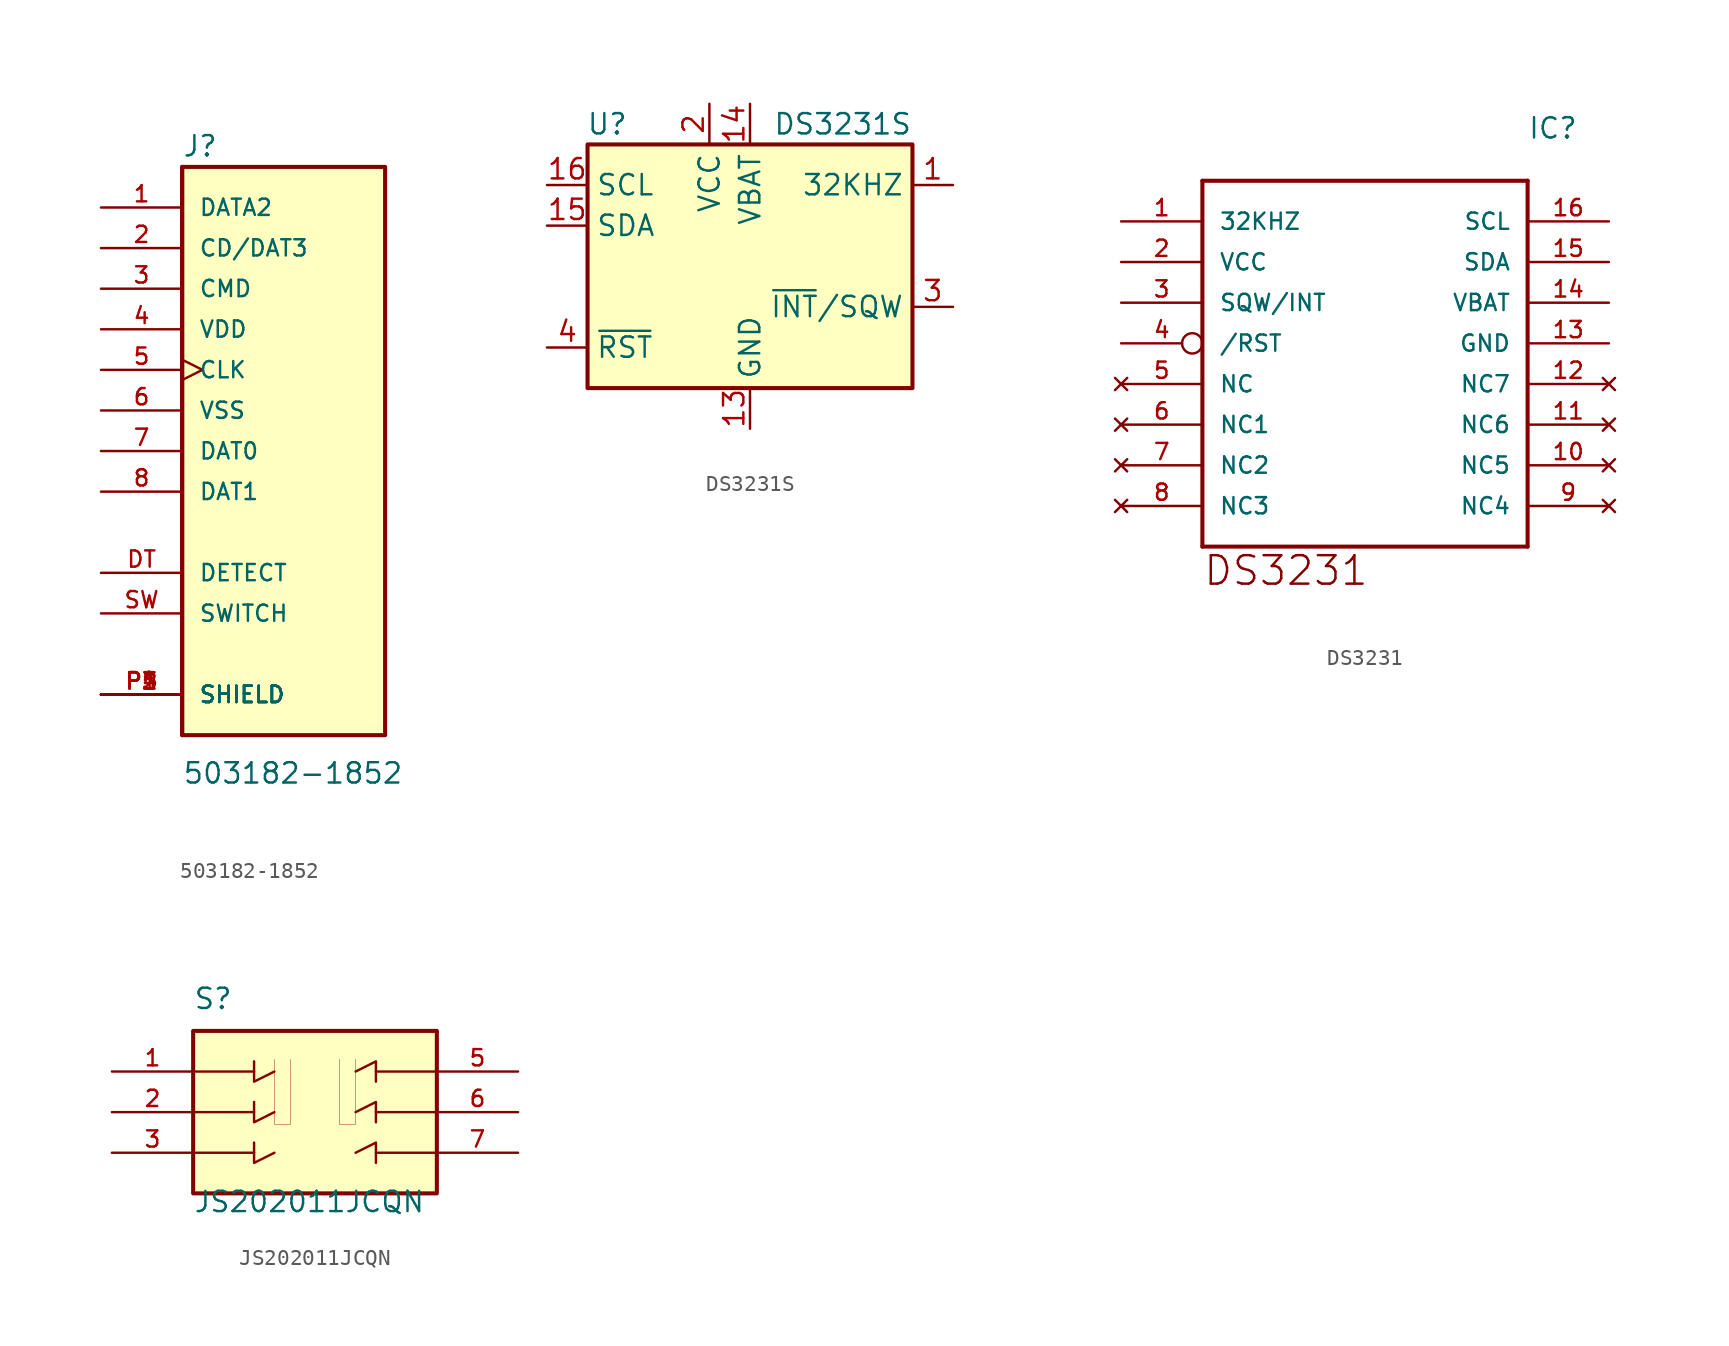
<source format=kicad_sym>
(kicad_symbol_lib
  (version 20211014)
  (generator kicad_symbol_editor)
  (symbol "503182-1852"
    (pin_names
      (offset 1.016))
    (property "Reference" "J"
      (at 0 18.339 0)
      (effects (font (size 1.27 1.27)) (justify left bottom)))
    (property "Value" "503182-1852"
      (at 0 -20.904 0)
      (effects (font (size 1.27 1.27)) (justify left bottom)))
    (property "ki_locked" ""
      (at 0 0 0)
      (effects (font (size 1.27 1.27))))
    (symbol "503182-1852_0_0"
      (rectangle (start 0 -17.78) (end 12.7 17.78) (stroke (width 0.254) (type default) (color 0 0 0 0)) (fill (type background)))
      (polyline (pts (xy 0 17.78) (xy 0 -17.78)) (stroke (width 0.254) (type default) (color 0 0 0 0)) (fill (type none)))
      (pin bidirectional line (at -5.08 15.24 0) (length 5.08) (name "DATA2" (effects (font (size 1.016 1.016)))) (number "1" (effects (font (size 1.016 1.016)))))
      (pin bidirectional line (at -5.08 12.7 0) (length 5.08) (name "CD/DAT3" (effects (font (size 1.016 1.016)))) (number "2" (effects (font (size 1.016 1.016)))))
      (pin bidirectional line (at -5.08 10.16 0) (length 5.08) (name "CMD" (effects (font (size 1.016 1.016)))) (number "3" (effects (font (size 1.016 1.016)))))
      (pin power_in line (at -5.08 7.62 0) (length 5.08) (name "VDD" (effects (font (size 1.016 1.016)))) (number "4" (effects (font (size 1.016 1.016)))))
      (pin bidirectional clock (at -5.08 5.08 0) (length 5.08) (name "CLK" (effects (font (size 1.016 1.016)))) (number "5" (effects (font (size 1.016 1.016)))))
      (pin power_in line (at -5.08 2.54 0) (length 5.08) (name "VSS" (effects (font (size 1.016 1.016)))) (number "6" (effects (font (size 1.016 1.016)))))
      (pin bidirectional line (at -5.08 0 0) (length 5.08) (name "DAT0" (effects (font (size 1.016 1.016)))) (number "7" (effects (font (size 1.016 1.016)))))
      (pin bidirectional line (at -5.08 -2.54 0) (length 5.08) (name "DAT1" (effects (font (size 1.016 1.016)))) (number "8" (effects (font (size 1.016 1.016)))))
      (pin bidirectional line (at -5.08 -7.62 0) (length 5.08) (name "DETECT" (effects (font (size 1.016 1.016)))) (number "DT" (effects (font (size 1.016 1.016)))))
      (pin passive line (at -5.08 -15.24 0) (length 5.08) (name "SHIELD" (effects (font (size 1.016 1.016)))) (number "P1" (effects (font (size 1.016 1.016)))))
      (pin passive line (at -5.08 -15.24 0) (length 5.08) (name "SHIELD" (effects (font (size 1.016 1.016)))) (number "P2" (effects (font (size 1.016 1.016)))))
      (pin passive line (at -5.08 -15.24 0) (length 5.08) (name "SHIELD" (effects (font (size 1.016 1.016)))) (number "P3" (effects (font (size 1.016 1.016)))))
      (pin passive line (at -5.08 -15.24 0) (length 5.08) (name "SHIELD" (effects (font (size 1.016 1.016)))) (number "P4" (effects (font (size 1.016 1.016)))))
      (pin passive line (at -5.08 -15.24 0) (length 5.08) (name "SHIELD" (effects (font (size 1.016 1.016)))) (number "P5" (effects (font (size 1.016 1.016)))))
      (pin passive line (at -5.08 -10.16 0) (length 5.08) (name "SWITCH" (effects (font (size 1.016 1.016)))) (number "SW" (effects (font (size 1.016 1.016)))))))
  (symbol "DS3231S"
    (property "Reference" "U"
      (at -7.62 8.89 0)
      (effects (font (size 1.27 1.27)) (justify right)))
    (property "Value" "DS3231S"
      (at 10.16 8.89 0)
      (effects (font (size 1.27 1.27)) (justify right)))
    (symbol "DS3231S_0_1"
      (rectangle (start -10.16 7.62) (end 10.16 -7.62) (stroke (width 0.254) (type default) (color 0 0 0 0)) (fill (type background))))
    (symbol "DS3231S_1_1"
      (pin open_collector line (at 12.7 5.08 180) (length 2.54) (name "32KHZ" (effects (font (size 1.27 1.27)))) (number "1" (effects (font (size 1.27 1.27)))))
      (pin passive line (at 0 -10.16 90) (length 2.54) hide (name "GND" (effects (font (size 1.27 1.27)))) (number "10" (effects (font (size 1.27 1.27)))))
      (pin passive line (at 0 -10.16 90) (length 2.54) hide (name "GND" (effects (font (size 1.27 1.27)))) (number "11" (effects (font (size 1.27 1.27)))))
      (pin passive line (at 0 -10.16 90) (length 2.54) hide (name "GND" (effects (font (size 1.27 1.27)))) (number "12" (effects (font (size 1.27 1.27)))))
      (pin power_in line (at 0 -10.16 90) (length 2.54) (name "GND" (effects (font (size 1.27 1.27)))) (number "13" (effects (font (size 1.27 1.27)))))
      (pin power_in line (at 0 10.16 270) (length 2.54) (name "VBAT" (effects (font (size 1.27 1.27)))) (number "14" (effects (font (size 1.27 1.27)))))
      (pin bidirectional line (at -12.7 2.54 0) (length 2.54) (name "SDA" (effects (font (size 1.27 1.27)))) (number "15" (effects (font (size 1.27 1.27)))))
      (pin input line (at -12.7 5.08 0) (length 2.54) (name "SCL" (effects (font (size 1.27 1.27)))) (number "16" (effects (font (size 1.27 1.27)))))
      (pin power_in line (at -2.54 10.16 270) (length 2.54) (name "VCC" (effects (font (size 1.27 1.27)))) (number "2" (effects (font (size 1.27 1.27)))))
      (pin open_collector line (at 12.7 -2.54 180) (length 2.54) (name "~{INT}/SQW" (effects (font (size 1.27 1.27)))) (number "3" (effects (font (size 1.27 1.27)))))
      (pin bidirectional line (at -12.7 -5.08 0) (length 2.54) (name "~{RST}" (effects (font (size 1.27 1.27)))) (number "4" (effects (font (size 1.27 1.27)))))
      (pin passive line (at 0 -10.16 90) (length 2.54) hide (name "GND" (effects (font (size 1.27 1.27)))) (number "5" (effects (font (size 1.27 1.27)))))
      (pin passive line (at 0 -10.16 90) (length 2.54) hide (name "GND" (effects (font (size 1.27 1.27)))) (number "6" (effects (font (size 1.27 1.27)))))
      (pin passive line (at 0 -10.16 90) (length 2.54) hide (name "GND" (effects (font (size 1.27 1.27)))) (number "7" (effects (font (size 1.27 1.27)))))
      (pin passive line (at 0 -10.16 90) (length 2.54) hide (name "GND" (effects (font (size 1.27 1.27)))) (number "8" (effects (font (size 1.27 1.27)))))
      (pin passive line (at 0 -10.16 90) (length 2.54) hide (name "GND" (effects (font (size 1.27 1.27)))) (number "9" (effects (font (size 1.27 1.27)))))))
  (symbol "DS3231"
    (pin_names
      (offset 1.016))
    (property "Reference" "IC"
      (at 10.16 15.24 0)
      (effects (font (size 1.27 1.27)) (justify left bottom)))
    (property "ki_locked" ""
      (at 0 0 0)
      (effects (font (size 1.27 1.27))))
    (symbol "DS3231_0_0"
      (polyline (pts (xy -10.16 -10.16) (xy -10.16 12.7)) (stroke (width 0.254) (type default) (color 0 0 0 0)) (fill (type none)))
      (polyline (pts (xy -10.16 12.7) (xy 10.16 12.7)) (stroke (width 0.254) (type default) (color 0 0 0 0)) (fill (type none)))
      (polyline (pts (xy 10.16 -10.16) (xy -10.16 -10.16)) (stroke (width 0.254) (type default) (color 0 0 0 0)) (fill (type none)))
      (polyline (pts (xy 10.16 12.7) (xy 10.16 -10.16)) (stroke (width 0.254) (type default) (color 0 0 0 0)) (fill (type none)))
      (text "DS3231" (at -10.16 -12.7 0) (effects (font (size 1.778 1.778)) (justify left bottom)))
      (pin output line (at -15.24 10.16 0) (length 5.08) (name "32KHZ" (effects (font (size 1.016 1.016)))) (number "1" (effects (font (size 1.016 1.016)))))
      (pin no_connect line (at 15.24 -5.08 180) (length 5.08) (name "NC5" (effects (font (size 1.016 1.016)))) (number "10" (effects (font (size 1.016 1.016)))))
      (pin no_connect line (at 15.24 -2.54 180) (length 5.08) (name "NC6" (effects (font (size 1.016 1.016)))) (number "11" (effects (font (size 1.016 1.016)))))
      (pin no_connect line (at 15.24 0 180) (length 5.08) (name "NC7" (effects (font (size 1.016 1.016)))) (number "12" (effects (font (size 1.016 1.016)))))
      (pin power_in line (at 15.24 2.54 180) (length 5.08) (name "GND" (effects (font (size 1.016 1.016)))) (number "13" (effects (font (size 1.016 1.016)))))
      (pin power_in line (at 15.24 5.08 180) (length 5.08) (name "VBAT" (effects (font (size 1.016 1.016)))) (number "14" (effects (font (size 1.016 1.016)))))
      (pin bidirectional line (at 15.24 7.62 180) (length 5.08) (name "SDA" (effects (font (size 1.016 1.016)))) (number "15" (effects (font (size 1.016 1.016)))))
      (pin bidirectional line (at 15.24 10.16 180) (length 5.08) (name "SCL" (effects (font (size 1.016 1.016)))) (number "16" (effects (font (size 1.016 1.016)))))
      (pin power_in line (at -15.24 7.62 0) (length 5.08) (name "VCC" (effects (font (size 1.016 1.016)))) (number "2" (effects (font (size 1.016 1.016)))))
      (pin output line (at -15.24 5.08 0) (length 5.08) (name "SQW/INT" (effects (font (size 1.016 1.016)))) (number "3" (effects (font (size 1.016 1.016)))))
      (pin passive inverted (at -15.24 2.54 0) (length 5.08) (name "/RST" (effects (font (size 1.016 1.016)))) (number "4" (effects (font (size 1.016 1.016)))))
      (pin no_connect line (at -15.24 0 0) (length 5.08) (name "NC" (effects (font (size 1.016 1.016)))) (number "5" (effects (font (size 1.016 1.016)))))
      (pin no_connect line (at -15.24 -2.54 0) (length 5.08) (name "NC1" (effects (font (size 1.016 1.016)))) (number "6" (effects (font (size 1.016 1.016)))))
      (pin no_connect line (at -15.24 -5.08 0) (length 5.08) (name "NC2" (effects (font (size 1.016 1.016)))) (number "7" (effects (font (size 1.016 1.016)))))
      (pin no_connect line (at -15.24 -7.62 0) (length 5.08) (name "NC3" (effects (font (size 1.016 1.016)))) (number "8" (effects (font (size 1.016 1.016)))))
      (pin no_connect line (at 15.24 -7.62 180) (length 5.08) (name "NC4" (effects (font (size 1.016 1.016)))) (number "9" (effects (font (size 1.016 1.016)))))))
  (symbol "JS202011JCQN"
    (pin_names
      (offset 1.016) hide)
    (property "Reference" "S"
      (at -7.62 6.35 0)
      (effects (font (size 1.27 1.27)) (justify left bottom)))
    (property "Value" "JS202011JCQN"
      (at -7.62 -6.35 0)
      (effects (font (size 1.27 1.27)) (justify left bottom)))
    (property "ki_locked" ""
      (at 0 0 0)
      (effects (font (size 1.27 1.27))))
    (symbol "JS202011JCQN_0_0"
      (rectangle (start -7.62 -5.08) (end 7.62 5.08) (stroke (width 0.254) (type default) (color 0 0 0 0)) (fill (type background)))
      (polyline (pts (xy -7.62 -2.54) (xy -3.81 -2.54)) (stroke (width 0.152) (type default) (color 0 0 0 0)) (fill (type none)))
      (polyline (pts (xy -7.62 0) (xy -3.81 0)) (stroke (width 0.152) (type default) (color 0 0 0 0)) (fill (type none)))
      (polyline (pts (xy -7.62 2.54) (xy -3.81 2.54)) (stroke (width 0.152) (type default) (color 0 0 0 0)) (fill (type none)))
      (polyline (pts (xy 7.62 -2.54) (xy 3.81 -2.54)) (stroke (width 0.152) (type default) (color 0 0 0 0)) (fill (type none)))
      (polyline (pts (xy 7.62 0) (xy 3.81 0)) (stroke (width 0.152) (type default) (color 0 0 0 0)) (fill (type none)))
      (polyline (pts (xy 7.62 2.54) (xy 3.81 2.54)) (stroke (width 0.152) (type default) (color 0 0 0 0)) (fill (type none)))
      (polyline (pts (xy -3.81 -1.905) (xy -3.81 -3.175) (xy -2.54 -2.54)) (stroke (width 0.152) (type default) (color 0 0 0 0)) (fill (type background)))
      (polyline (pts (xy -3.81 0.635) (xy -3.81 -0.635) (xy -2.54 0)) (stroke (width 0.152) (type default) (color 0 0 0 0)) (fill (type background)))
      (polyline (pts (xy -3.81 3.175) (xy -3.81 1.905) (xy -2.54 2.54)) (stroke (width 0.152) (type default) (color 0 0 0 0)) (fill (type background)))
      (polyline (pts (xy 3.81 -3.175) (xy 3.81 -1.905) (xy 2.54 -2.54)) (stroke (width 0.152) (type default) (color 0 0 0 0)) (fill (type background)))
      (polyline (pts (xy 3.81 -0.635) (xy 3.81 0.635) (xy 2.54 0)) (stroke (width 0.152) (type default) (color 0 0 0 0)) (fill (type background)))
      (polyline (pts (xy 3.81 1.905) (xy 3.81 3.175) (xy 2.54 2.54)) (stroke (width 0.152) (type default) (color 0 0 0 0)) (fill (type background)))
      (polyline (pts (xy -2.54 3.302) (xy -2.54 -0.762) (xy -1.524 -0.762) (xy -1.524 3.302)) (stroke (width 0.025) (type default) (color 0 0 0 0)) (fill (type background)))
      (polyline (pts (xy 1.524 3.302) (xy 1.524 -0.762) (xy 2.54 -0.762) (xy 2.54 3.302)) (stroke (width 0.025) (type default) (color 0 0 0 0)) (fill (type background)))
      (pin passive line (at -12.7 2.54 0) (length 5.08) (name "~" (effects (font (size 1.016 1.016)))) (number "1" (effects (font (size 1.016 1.016)))))
      (pin passive line (at -12.7 0 0) (length 5.08) (name "~" (effects (font (size 1.016 1.016)))) (number "2" (effects (font (size 1.016 1.016)))))
      (pin passive line (at -12.7 -2.54 0) (length 5.08) (name "~" (effects (font (size 1.016 1.016)))) (number "3" (effects (font (size 1.016 1.016)))))
      (pin passive line (at 12.7 2.54 180) (length 5.08) (name "~" (effects (font (size 1.016 1.016)))) (number "5" (effects (font (size 1.016 1.016)))))
      (pin passive line (at 12.7 0 180) (length 5.08) (name "~" (effects (font (size 1.016 1.016)))) (number "6" (effects (font (size 1.016 1.016)))))
      (pin passive line (at 12.7 -2.54 180) (length 5.08) (name "~" (effects (font (size 1.016 1.016)))) (number "7" (effects (font (size 1.016 1.016))))))))
</source>
